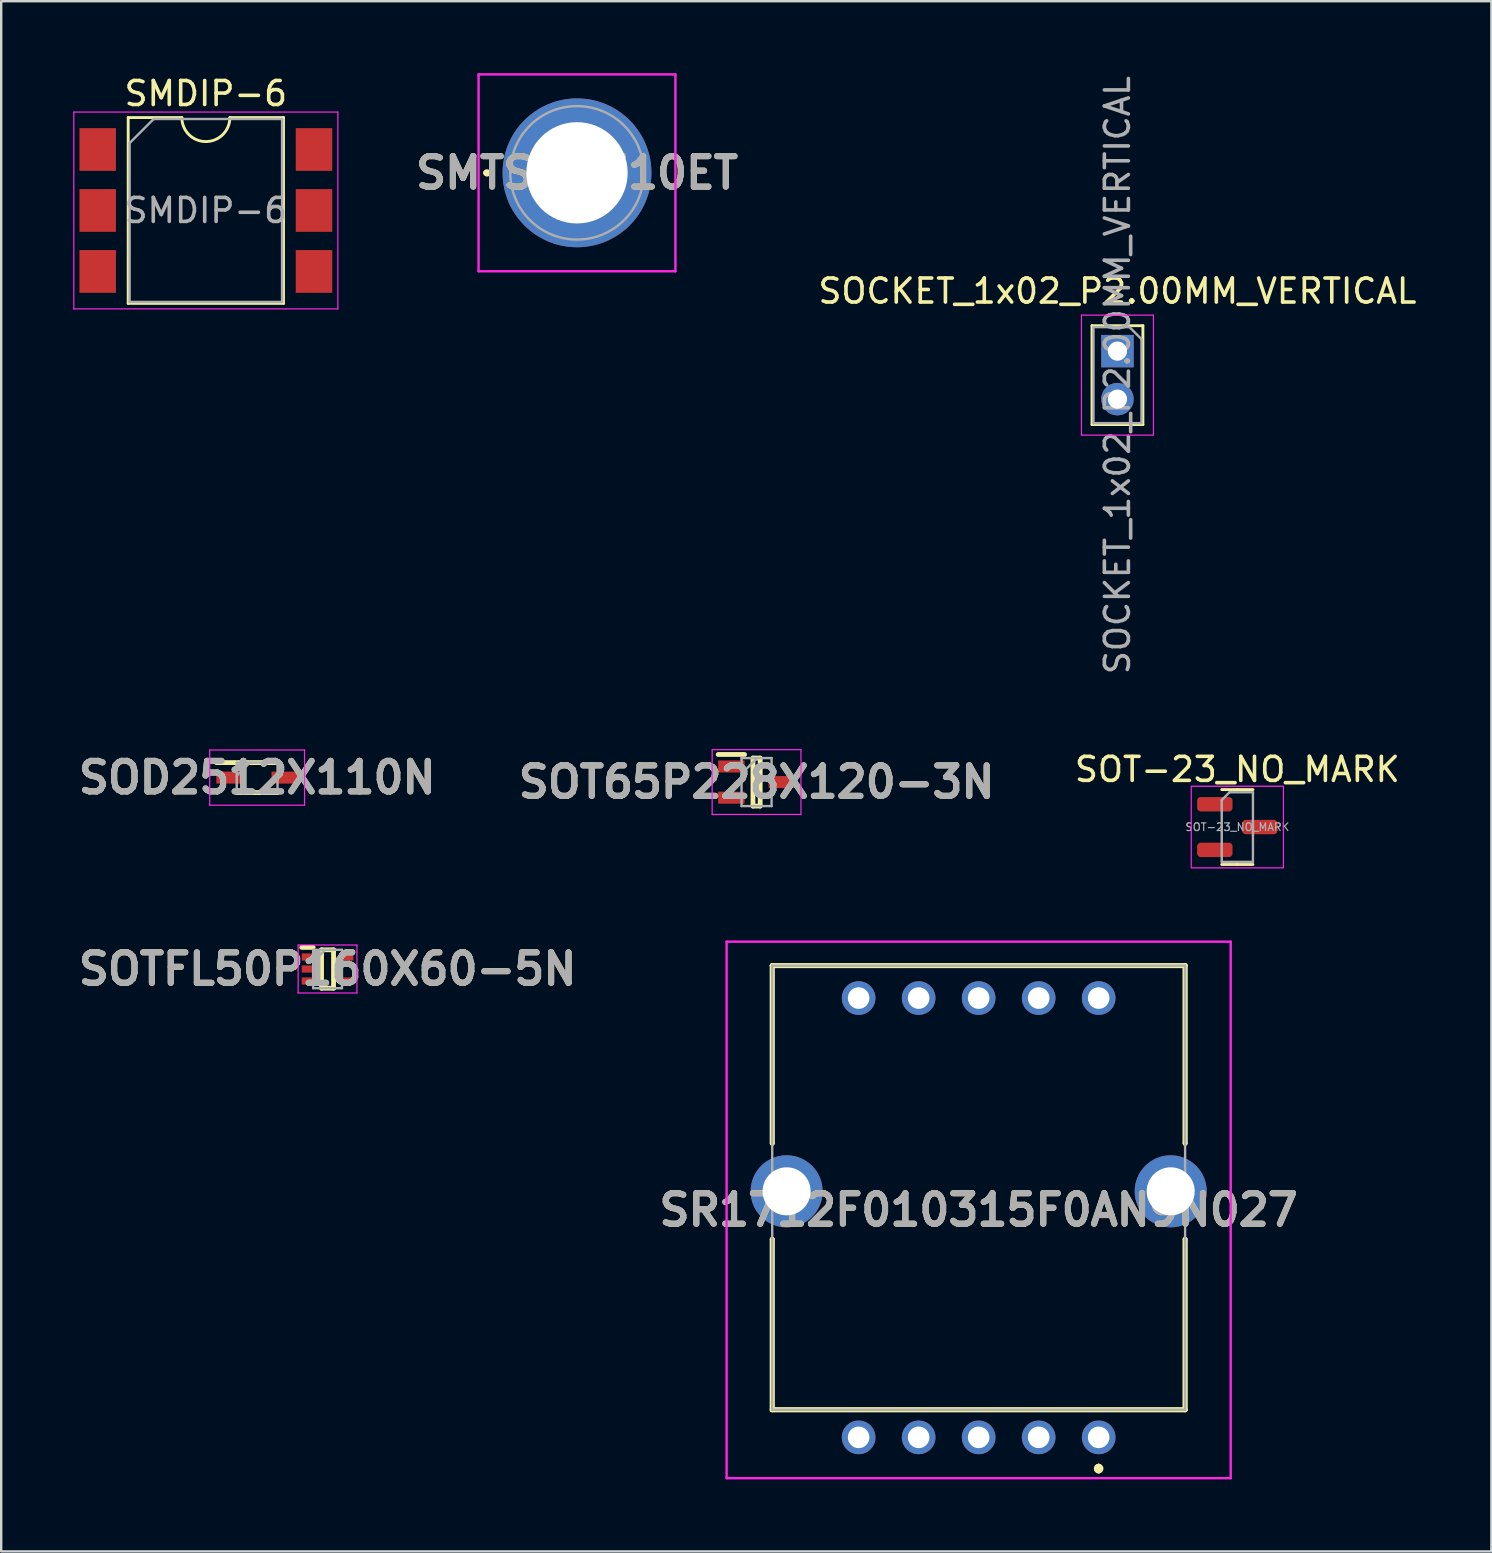
<source format=kicad_pcb>
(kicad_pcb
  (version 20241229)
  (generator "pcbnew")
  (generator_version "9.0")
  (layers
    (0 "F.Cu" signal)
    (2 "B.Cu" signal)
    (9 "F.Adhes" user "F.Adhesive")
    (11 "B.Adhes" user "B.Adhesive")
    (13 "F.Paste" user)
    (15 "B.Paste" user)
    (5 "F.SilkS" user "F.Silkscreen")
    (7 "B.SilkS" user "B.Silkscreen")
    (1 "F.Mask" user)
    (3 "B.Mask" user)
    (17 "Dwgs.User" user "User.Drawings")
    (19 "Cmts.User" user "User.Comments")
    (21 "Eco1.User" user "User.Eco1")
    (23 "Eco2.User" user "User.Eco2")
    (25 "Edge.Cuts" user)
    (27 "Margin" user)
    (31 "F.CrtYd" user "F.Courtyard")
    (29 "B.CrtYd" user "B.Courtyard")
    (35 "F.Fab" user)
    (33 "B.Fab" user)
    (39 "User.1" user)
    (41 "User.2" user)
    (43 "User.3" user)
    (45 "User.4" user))
  (footprint "SMTSOM310ET"
    (layer "F.Cu")
    (at 20.987 4.15)
    (property "Reference" "SMTSOM310ET" (at 0 0 0) (layer "F.SilkS") (effects (font (size 1.27 1.27) (thickness 0.254))))
    (attr through_hole)
    (fp_line (start -3.8 0) (end -3.8 0) (stroke (width 0.2) (type solid)) (layer "F.SilkS"))
    (fp_line (start -3.8 0) (end -3.8 0) (stroke (width 0.2) (type solid)) (layer "F.SilkS"))
    (fp_line (start -3.7 0) (end -3.7 0) (stroke (width 0.2) (type solid)) (layer "F.SilkS"))
    (fp_arc (start -3.8 0) (mid -3.75 -0.05) (end -3.7 0) (stroke (width 0.2) (type solid)) (layer "F.SilkS"))
    (fp_arc (start -3.7 0) (mid -3.75 0.05) (end -3.8 0) (stroke (width 0.2) (type solid)) (layer "F.SilkS"))
    (fp_arc (start -3.7 0) (mid -3.75 0.05) (end -3.8 0) (stroke (width 0.2) (type solid)) (layer "F.SilkS"))
    (fp_line (start -4.1 -4.1) (end 4.1 -4.1) (stroke (width 0.1) (type solid)) (layer "F.CrtYd"))
    (fp_line (start -4.1 4.1) (end -4.1 -4.1) (stroke (width 0.1) (type solid)) (layer "F.CrtYd"))
    (fp_line (start 4.1 -4.1) (end 4.1 4.1) (stroke (width 0.1) (type solid)) (layer "F.CrtYd"))
    (fp_line (start 4.1 4.1) (end -4.1 4.1) (stroke (width 0.1) (type solid)) (layer "F.CrtYd"))
    (fp_line (start -2.78 0) (end -2.78 0) (stroke (width 0.1) (type solid)) (layer "F.Fab"))
    (fp_line (start 2.78 0) (end 2.78 0) (stroke (width 0.1) (type solid)) (layer "F.Fab"))
    (fp_arc (start -2.78 0) (mid 0 -2.78) (end 2.78 0) (stroke (width 0.1) (type solid)) (layer "F.Fab"))
    (fp_arc (start 2.78 0) (mid 0 2.78) (end -2.78 0) (stroke (width 0.1) (type solid)) (layer "F.Fab"))
    (fp_text user "${REFERENCE}" (at 0 0 0) (layer "F.Fab") (effects (font (size 1.27 1.27) (thickness 0.254))))
    (pad "1" thru_hole circle (at 0 0) (size 6.2 6.2) (drill 4.22) (layers "*.Cu" "*.Mask")))
  (footprint "SMDIP-6"
    (layer "F.Cu")
    (at 5.525 5.718)
    (property "Reference" "SMDIP-6" (at 0 -4.87 0) (layer "F.SilkS") (effects (font (size 1 1) (thickness 0.15))))
    (attr smd)
    (fp_line (start -3.235 -3.87) (end -3.235 3.87) (stroke (width 0.12) (type solid)) (layer "F.SilkS"))
    (fp_line (start -3.235 3.87) (end 3.235 3.87) (stroke (width 0.12) (type solid)) (layer "F.SilkS"))
    (fp_line (start -1 -3.87) (end -3.235 -3.87) (stroke (width 0.12) (type solid)) (layer "F.SilkS"))
    (fp_line (start 3.235 -3.87) (end 1 -3.87) (stroke (width 0.12) (type solid)) (layer "F.SilkS"))
    (fp_line (start 3.235 3.87) (end 3.235 -3.87) (stroke (width 0.12) (type solid)) (layer "F.SilkS"))
    (fp_arc (start 1 -3.87) (mid 0 -2.87) (end -1 -3.87) (stroke (width 0.12) (type solid)) (layer "F.SilkS"))
    (fp_line (start -5.5 -4.1) (end -5.5 4.1) (stroke (width 0.05) (type solid)) (layer "F.CrtYd"))
    (fp_line (start -5.5 4.1) (end 5.5 4.1) (stroke (width 0.05) (type solid)) (layer "F.CrtYd"))
    (fp_line (start 5.5 -4.1) (end -5.5 -4.1) (stroke (width 0.05) (type solid)) (layer "F.CrtYd"))
    (fp_line (start 5.5 4.1) (end 5.5 -4.1) (stroke (width 0.05) (type solid)) (layer "F.CrtYd"))
    (fp_line (start -3.175 -2.81) (end -2.175 -3.81) (stroke (width 0.1) (type solid)) (layer "F.Fab"))
    (fp_line (start -3.175 3.81) (end -3.175 -2.81) (stroke (width 0.1) (type solid)) (layer "F.Fab"))
    (fp_line (start -2.175 -3.81) (end 3.175 -3.81) (stroke (width 0.1) (type solid)) (layer "F.Fab"))
    (fp_line (start 3.175 -3.81) (end 3.175 3.81) (stroke (width 0.1) (type solid)) (layer "F.Fab"))
    (fp_line (start 3.175 3.81) (end -3.175 3.81) (stroke (width 0.1) (type solid)) (layer "F.Fab"))
    (fp_text user "${REFERENCE}" (at 0 0 0) (layer "F.Fab") (effects (font (size 1 1) (thickness 0.15))))
    (pad "1" smd rect (at -4.505 -2.54) (size 1.52 1.78) (layers "F.Cu" "F.Mask" "F.Paste"))
    (pad "2" smd rect (at -4.505 0) (size 1.52 1.78) (layers "F.Cu" "F.Mask" "F.Paste"))
    (pad "3" smd rect (at -4.505 2.54) (size 1.52 1.78) (layers "F.Cu" "F.Mask" "F.Paste"))
    (pad "4" smd rect (at 4.505 2.54) (size 1.52 1.78) (layers "F.Cu" "F.Mask" "F.Paste"))
    (pad "5" smd rect (at 4.505 0) (size 1.52 1.78) (layers "F.Cu" "F.Mask" "F.Paste"))
    (pad "6" smd rect (at 4.505 -2.54) (size 1.52 1.78) (layers "F.Cu" "F.Mask" "F.Paste")))
  (footprint "SR1712F010315F0AN9N027"
    (layer "F.Cu")
    (at 42.719 56.828)
    (property "Reference" "SR1712F010315F0AN9N027" (at -5 -9.475 0) (layer "F.SilkS") (effects (font (size 1.27 1.27) (thickness 0.254))))
    (attr through_hole)
    (fp_line (start -13.6 -19.65) (end -13.6 -19.65) (stroke (width 0.2) (type solid)) (layer "F.SilkS"))
    (fp_line (start -13.6 -19.65) (end -13.6 -19.65) (stroke (width 0.2) (type solid)) (layer "F.SilkS"))
    (fp_line (start -13.6 -19.65) (end -13.6 -12.25) (stroke (width 0.2) (type solid)) (layer "F.SilkS"))
    (fp_line (start -13.6 -19.65) (end 3.6 -19.65) (stroke (width 0.2) (type solid)) (layer "F.SilkS"))
    (fp_line (start -13.6 -12.25) (end -13.6 -19.65) (stroke (width 0.2) (type solid)) (layer "F.SilkS"))
    (fp_line (start -13.6 -12.25) (end -13.6 -12.25) (stroke (width 0.2) (type solid)) (layer "F.SilkS"))
    (fp_line (start -13.6 -8.25) (end -13.6 -8.25) (stroke (width 0.2) (type solid)) (layer "F.SilkS"))
    (fp_line (start -13.6 -8.25) (end -13.6 -1.15) (stroke (width 0.2) (type solid)) (layer "F.SilkS"))
    (fp_line (start -13.6 -1.15) (end -13.6 -8.25) (stroke (width 0.2) (type solid)) (layer "F.SilkS"))
    (fp_line (start -13.6 -1.15) (end -13.6 -1.15) (stroke (width 0.2) (type solid)) (layer "F.SilkS"))
    (fp_line (start -13.6 -1.15) (end -13.6 -1.15) (stroke (width 0.2) (type solid)) (layer "F.SilkS"))
    (fp_line (start -13.6 -1.15) (end 3.6 -1.15) (stroke (width 0.2) (type solid)) (layer "F.SilkS"))
    (fp_line (start 0 1.2) (end 0 1.2) (stroke (width 0.2) (type solid)) (layer "F.SilkS"))
    (fp_line (start 0 1.2) (end 0 1.2) (stroke (width 0.2) (type solid)) (layer "F.SilkS"))
    (fp_line (start 0 1.4) (end 0 1.4) (stroke (width 0.2) (type solid)) (layer "F.SilkS"))
    (fp_line (start 3.6 -19.65) (end -13.6 -19.65) (stroke (width 0.2) (type solid)) (layer "F.SilkS"))
    (fp_line (start 3.6 -19.65) (end 3.6 -19.65) (stroke (width 0.2) (type solid)) (layer "F.SilkS"))
    (fp_line (start 3.6 -19.65) (end 3.6 -19.65) (stroke (width 0.2) (type solid)) (layer "F.SilkS"))
    (fp_line (start 3.6 -19.65) (end 3.6 -12.25) (stroke (width 0.2) (type solid)) (layer "F.SilkS"))
    (fp_line (start 3.6 -12.25) (end 3.6 -19.65) (stroke (width 0.2) (type solid)) (layer "F.SilkS"))
    (fp_line (start 3.6 -12.25) (end 3.6 -12.25) (stroke (width 0.2) (type solid)) (layer "F.SilkS"))
    (fp_line (start 3.6 -8.25) (end 3.6 -8.25) (stroke (width 0.2) (type solid)) (layer "F.SilkS"))
    (fp_line (start 3.6 -8.25) (end 3.6 -1.15) (stroke (width 0.2) (type solid)) (layer "F.SilkS"))
    (fp_line (start 3.6 -1.15) (end -13.6 -1.15) (stroke (width 0.2) (type solid)) (layer "F.SilkS"))
    (fp_line (start 3.6 -1.15) (end 3.6 -8.25) (stroke (width 0.2) (type solid)) (layer "F.SilkS"))
    (fp_line (start 3.6 -1.15) (end 3.6 -1.15) (stroke (width 0.2) (type solid)) (layer "F.SilkS"))
    (fp_line (start 3.6 -1.15) (end 3.6 -1.15) (stroke (width 0.2) (type solid)) (layer "F.SilkS"))
    (fp_arc (start 0 1.2) (mid 0.1 1.3) (end 0 1.4) (stroke (width 0.2) (type solid)) (layer "F.SilkS"))
    (fp_arc (start 0 1.4) (mid -0.1 1.3) (end 0 1.2) (stroke (width 0.2) (type solid)) (layer "F.SilkS"))
    (fp_arc (start 0 1.4) (mid -0.1 1.3) (end 0 1.2) (stroke (width 0.2) (type solid)) (layer "F.SilkS"))
    (fp_line (start -15.5 -20.65) (end 5.5 -20.65) (stroke (width 0.1) (type solid)) (layer "F.CrtYd"))
    (fp_line (start -15.5 1.7) (end -15.5 -20.65) (stroke (width 0.1) (type solid)) (layer "F.CrtYd"))
    (fp_line (start 5.5 -20.65) (end 5.5 1.7) (stroke (width 0.1) (type solid)) (layer "F.CrtYd"))
    (fp_line (start 5.5 1.7) (end -15.5 1.7) (stroke (width 0.1) (type solid)) (layer "F.CrtYd"))
    (fp_line (start -13.6 -19.65) (end -13.6 -1.15) (stroke (width 0.1) (type solid)) (layer "F.Fab"))
    (fp_line (start -13.6 -1.15) (end 3.6 -1.15) (stroke (width 0.1) (type solid)) (layer "F.Fab"))
    (fp_line (start 3.6 -19.65) (end -13.6 -19.65) (stroke (width 0.1) (type solid)) (layer "F.Fab"))
    (fp_line (start 3.6 -1.15) (end 3.6 -19.65) (stroke (width 0.1) (type solid)) (layer "F.Fab"))
    (fp_text user "${REFERENCE}" (at -5 -9.475 0) (layer "F.Fab") (effects (font (size 1.27 1.27) (thickness 0.254))))
    (pad "1" thru_hole circle (at 0 0) (size 1.4 1.4) (drill 0.9) (layers "*.Cu" "*.Mask"))
    (pad "2" thru_hole circle (at -2.5 0) (size 1.4 1.4) (drill 0.9) (layers "*.Cu" "*.Mask"))
    (pad "3" thru_hole circle (at -5 0) (size 1.4 1.4) (drill 0.9) (layers "*.Cu" "*.Mask"))
    (pad "4" thru_hole circle (at -7.5 0) (size 1.4 1.4) (drill 0.9) (layers "*.Cu" "*.Mask"))
    (pad "5" thru_hole circle (at -10 0) (size 1.4 1.4) (drill 0.9) (layers "*.Cu" "*.Mask"))
    (pad "6" thru_hole circle (at -10 -18.3) (size 1.4 1.4) (drill 0.9) (layers "*.Cu" "*.Mask"))
    (pad "7" thru_hole circle (at -7.5 -18.3) (size 1.4 1.4) (drill 0.9) (layers "*.Cu" "*.Mask"))
    (pad "8" thru_hole circle (at -5 -18.3) (size 1.4 1.4) (drill 0.9) (layers "*.Cu" "*.Mask"))
    (pad "9" thru_hole circle (at -2.5 -18.3) (size 1.4 1.4) (drill 0.9) (layers "*.Cu" "*.Mask"))
    (pad "10" thru_hole circle (at 0 -18.3) (size 1.4 1.4) (drill 0.9) (layers "*.Cu" "*.Mask"))
    (pad "MH1" thru_hole circle (at 3 -10.25) (size 3 3) (drill 2) (layers "*.Cu" "*.Mask"))
    (pad "MH2" thru_hole circle (at -13 -10.25) (size 3 3) (drill 2) (layers "*.Cu" "*.Mask")))
  (footprint "SOCKET_1x02_P2.00MM_VERTICAL"
    (layer "F.Cu")
    (at 43.501 11.577)
    (property "Reference" "SOCKET_1x02_P2.00MM_VERTICAL" (at 0 -2.5 0) (layer "F.SilkS") (effects (font (size 1 1) (thickness 0.15))))
    (attr through_hole)
    (fp_line (start -1.06 -1.06) (end -1.06 3.06) (stroke (width 0.12) (type solid)) (layer "F.SilkS"))
    (fp_line (start -1.06 -1.06) (end 1.06 -1.06) (stroke (width 0.12) (type solid)) (layer "F.SilkS"))
    (fp_line (start -1.06 3.06) (end 1.06 3.06) (stroke (width 0.12) (type solid)) (layer "F.SilkS"))
    (fp_line (start 1.06 -1.06) (end 1.06 3.06) (stroke (width 0.12) (type solid)) (layer "F.SilkS"))
    (fp_line (start -1.5 -1.5) (end 1.5 -1.5) (stroke (width 0.05) (type solid)) (layer "F.CrtYd"))
    (fp_line (start -1.5 3.5) (end -1.5 -1.5) (stroke (width 0.05) (type solid)) (layer "F.CrtYd"))
    (fp_line (start 1.5 -1.5) (end 1.5 3.5) (stroke (width 0.05) (type solid)) (layer "F.CrtYd"))
    (fp_line (start 1.5 3.5) (end -1.5 3.5) (stroke (width 0.05) (type solid)) (layer "F.CrtYd"))
    (fp_line (start -1 -1) (end 0.5 -1) (stroke (width 0.1) (type solid)) (layer "F.Fab"))
    (fp_line (start -1 3) (end -1 -1) (stroke (width 0.1) (type solid)) (layer "F.Fab"))
    (fp_line (start 0.5 -1) (end 1 -0.5) (stroke (width 0.1) (type solid)) (layer "F.Fab"))
    (fp_line (start 1 -0.5) (end 1 3) (stroke (width 0.1) (type solid)) (layer "F.Fab"))
    (fp_line (start 1 3) (end -1 3) (stroke (width 0.1) (type solid)) (layer "F.Fab"))
    (fp_text user "${REFERENCE}" (at 0 1 90) (layer "F.Fab") (effects (font (size 1 1) (thickness 0.15))))
    (pad "1" thru_hole rect (at 0 0) (size 1.35 1.35) (drill 0.8) (layers "*.Cu" "*.Mask"))
    (pad "2" thru_hole oval (at 0 2) (size 1.35 1.35) (drill 0.8) (layers "*.Cu" "*.Mask")))
  (footprint "SOT-23_NO_MARK"
    (layer "F.Cu")
    (at 48.495 31.403)
    (property "Reference" "SOT-23_NO_MARK" (at 0 -2.4 0) (layer "F.SilkS") (effects (font (size 1 1) (thickness 0.15))))
    (attr smd)
    (fp_line (start 0 -1.56) (end -0.65 -1.56) (stroke (width 0.12) (type solid)) (layer "F.SilkS"))
    (fp_line (start 0 -1.56) (end 0.65 -1.56) (stroke (width 0.12) (type solid)) (layer "F.SilkS"))
    (fp_line (start 0 1.56) (end -0.65 1.56) (stroke (width 0.12) (type solid)) (layer "F.SilkS"))
    (fp_line (start 0 1.56) (end 0.65 1.56) (stroke (width 0.12) (type solid)) (layer "F.SilkS"))
    (fp_rect (start -1.92 -1.7) (end 1.92 1.7) (stroke (width 0.05) (type solid)) (fill no) (layer "F.CrtYd"))
    (fp_line (start -0.65 -1.125) (end -0.325 -1.45) (stroke (width 0.1) (type solid)) (layer "F.Fab"))
    (fp_line (start -0.65 1.45) (end -0.65 -1.125) (stroke (width 0.1) (type solid)) (layer "F.Fab"))
    (fp_line (start -0.325 -1.45) (end 0.65 -1.45) (stroke (width 0.1) (type solid)) (layer "F.Fab"))
    (fp_line (start 0.65 -1.45) (end 0.65 1.45) (stroke (width 0.1) (type solid)) (layer "F.Fab"))
    (fp_line (start 0.65 1.45) (end -0.65 1.45) (stroke (width 0.1) (type solid)) (layer "F.Fab"))
    (fp_text user "${REFERENCE}" (at 0 0 0) (layer "F.Fab") (effects (font (size 0.32 0.32) (thickness 0.05))))
    (pad "1" smd roundrect (at -0.938 -0.95) (size 1.475 0.6) (layers "F.Cu" "F.Mask" "F.Paste") (roundrect_rratio 0.25))
    (pad "2" smd roundrect (at -0.938 0.95) (size 1.475 0.6) (layers "F.Cu" "F.Mask" "F.Paste") (roundrect_rratio 0.25))
    (pad "3" smd roundrect (at 0.938 0) (size 1.475 0.6) (layers "F.Cu" "F.Mask" "F.Paste") (roundrect_rratio 0.25)))
  (footprint "SOD2512X110N"
    (layer "F.Cu")
    (at 7.662 29.343)
    (property "Reference" "SOD2512X110N" (at 0 0 0) (layer "F.SilkS") (effects (font (size 1.27 1.27) (thickness 0.254))))
    (attr smd)
    (fp_line (start -1.7 -0.625) (end 0.85 -0.625) (stroke (width 0.2) (type solid)) (layer "F.SilkS"))
    (fp_line (start -0.85 0.625) (end 0.85 0.625) (stroke (width 0.2) (type solid)) (layer "F.SilkS"))
    (fp_line (start -1.975 -1.15) (end 1.975 -1.15) (stroke (width 0.05) (type solid)) (layer "F.CrtYd"))
    (fp_line (start -1.975 1.15) (end -1.975 -1.15) (stroke (width 0.05) (type solid)) (layer "F.CrtYd"))
    (fp_line (start 1.975 -1.15) (end 1.975 1.15) (stroke (width 0.05) (type solid)) (layer "F.CrtYd"))
    (fp_line (start 1.975 1.15) (end -1.975 1.15) (stroke (width 0.05) (type solid)) (layer "F.CrtYd"))
    (fp_line (start -0.85 -0.625) (end 0.85 -0.625) (stroke (width 0.1) (type solid)) (layer "F.Fab"))
    (fp_line (start -0.85 -0.075) (end -0.3 -0.625) (stroke (width 0.1) (type solid)) (layer "F.Fab"))
    (fp_line (start -0.85 0.625) (end -0.85 -0.625) (stroke (width 0.1) (type solid)) (layer "F.Fab"))
    (fp_line (start 0.85 -0.625) (end 0.85 0.625) (stroke (width 0.1) (type solid)) (layer "F.Fab"))
    (fp_line (start 0.85 0.625) (end -0.85 0.625) (stroke (width 0.1) (type solid)) (layer "F.Fab"))
    (fp_text user "${REFERENCE}" (at 0 0 0) (layer "F.Fab") (effects (font (size 1.27 1.27) (thickness 0.254))))
    (pad "1" smd rect (at -1.15 0 90) (size 0.5 1.1) (layers "F.Cu" "F.Mask" "F.Paste"))
    (pad "2" smd rect (at 1.15 0 90) (size 0.5 1.1) (layers "F.Cu" "F.Mask" "F.Paste")))
  (footprint "SOT65P228X120-3N"
    (layer "F.Cu")
    (at 28.467 29.53)
    (property "Reference" "SOT65P228X120-3N" (at 0 0 0) (layer "F.SilkS") (effects (font (size 1.27 1.27) (thickness 0.254))))
    (attr smd)
    (fp_line (start -1.6 -1.15) (end -0.5 -1.15) (stroke (width 0.2) (type solid)) (layer "F.SilkS"))
    (fp_line (start -0.15 -1) (end 0.15 -1) (stroke (width 0.2) (type solid)) (layer "F.SilkS"))
    (fp_line (start -0.15 1) (end -0.15 -1) (stroke (width 0.2) (type solid)) (layer "F.SilkS"))
    (fp_line (start 0.15 -1) (end 0.15 1) (stroke (width 0.2) (type solid)) (layer "F.SilkS"))
    (fp_line (start 0.15 1) (end -0.15 1) (stroke (width 0.2) (type solid)) (layer "F.SilkS"))
    (fp_line (start -1.85 -1.35) (end 1.85 -1.35) (stroke (width 0.05) (type solid)) (layer "F.CrtYd"))
    (fp_line (start -1.85 1.35) (end -1.85 -1.35) (stroke (width 0.05) (type solid)) (layer "F.CrtYd"))
    (fp_line (start 1.85 -1.35) (end 1.85 1.35) (stroke (width 0.05) (type solid)) (layer "F.CrtYd"))
    (fp_line (start 1.85 1.35) (end -1.85 1.35) (stroke (width 0.05) (type solid)) (layer "F.CrtYd"))
    (fp_line (start -0.625 -1) (end 0.625 -1) (stroke (width 0.1) (type solid)) (layer "F.Fab"))
    (fp_line (start -0.625 -0.35) (end 0.025 -1) (stroke (width 0.1) (type solid)) (layer "F.Fab"))
    (fp_line (start -0.625 1) (end -0.625 -1) (stroke (width 0.1) (type solid)) (layer "F.Fab"))
    (fp_line (start 0.625 -1) (end 0.625 1) (stroke (width 0.1) (type solid)) (layer "F.Fab"))
    (fp_line (start 0.625 1) (end -0.625 1) (stroke (width 0.1) (type solid)) (layer "F.Fab"))
    (fp_text user "${REFERENCE}" (at 0 0 0) (layer "F.Fab") (effects (font (size 1.27 1.27) (thickness 0.254))))
    (pad "1" smd rect (at -1.05 -0.65 90) (size 0.5 1.1) (layers "F.Cu" "F.Mask" "F.Paste"))
    (pad "2" smd rect (at -1.05 0.65 90) (size 0.5 1.1) (layers "F.Cu" "F.Mask" "F.Paste"))
    (pad "3" smd rect (at 1.05 0 90) (size 0.5 1.1) (layers "F.Cu" "F.Mask" "F.Paste")))
  (footprint "SOTFL50P160X60-5N"
    (layer "F.Cu")
    (at 10.595 37.317)
    (property "Reference" "SOTFL50P160X60-5N" (at 0 0 0) (layer "F.SilkS") (effects (font (size 1.27 1.27) (thickness 0.254))))
    (attr smd)
    (fp_line (start -1.075 -0.9) (end -0.6 -0.9) (stroke (width 0.2) (type solid)) (layer "F.SilkS"))
    (fp_line (start -0.25 -0.8) (end 0.25 -0.8) (stroke (width 0.2) (type solid)) (layer "F.SilkS"))
    (fp_line (start -0.25 0.8) (end -0.25 -0.8) (stroke (width 0.2) (type solid)) (layer "F.SilkS"))
    (fp_line (start 0.25 -0.8) (end 0.25 0.8) (stroke (width 0.2) (type solid)) (layer "F.SilkS"))
    (fp_line (start 0.25 0.8) (end -0.25 0.8) (stroke (width 0.2) (type solid)) (layer "F.SilkS"))
    (fp_line (start -1.225 -1) (end 1.225 -1) (stroke (width 0.05) (type solid)) (layer "F.CrtYd"))
    (fp_line (start -1.225 1) (end -1.225 -1) (stroke (width 0.05) (type solid)) (layer "F.CrtYd"))
    (fp_line (start 1.225 -1) (end 1.225 1) (stroke (width 0.05) (type solid)) (layer "F.CrtYd"))
    (fp_line (start 1.225 1) (end -1.225 1) (stroke (width 0.05) (type solid)) (layer "F.CrtYd"))
    (fp_line (start -0.6 -0.8) (end 0.6 -0.8) (stroke (width 0.1) (type solid)) (layer "F.Fab"))
    (fp_line (start -0.6 -0.3) (end -0.1 -0.8) (stroke (width 0.1) (type solid)) (layer "F.Fab"))
    (fp_line (start -0.6 0.8) (end -0.6 -0.8) (stroke (width 0.1) (type solid)) (layer "F.Fab"))
    (fp_line (start 0.6 -0.8) (end 0.6 0.8) (stroke (width 0.1) (type solid)) (layer "F.Fab"))
    (fp_line (start 0.6 0.8) (end -0.6 0.8) (stroke (width 0.1) (type solid)) (layer "F.Fab"))
    (fp_text user "${REFERENCE}" (at 0 0 0) (layer "F.Fab") (effects (font (size 1.27 1.27) (thickness 0.254))))
    (pad "1" smd rect (at -0.838 -0.5 90) (size 0.3 0.475) (layers "F.Cu" "F.Mask" "F.Paste"))
    (pad "2" smd rect (at -0.838 0 90) (size 0.3 0.475) (layers "F.Cu" "F.Mask" "F.Paste"))
    (pad "3" smd rect (at -0.838 0.5 90) (size 0.3 0.475) (layers "F.Cu" "F.Mask" "F.Paste"))
    (pad "4" smd rect (at 0.838 0.5 90) (size 0.3 0.475) (layers "F.Cu" "F.Mask" "F.Paste"))
    (pad "5" smd rect (at 0.838 -0.5 90) (size 0.3 0.475) (layers "F.Cu" "F.Mask" "F.Paste")))
  (gr_rect
    (start -3 -3)
    (end 59.078 61.578)
    (stroke (width 0.1) (type default))
    (fill no)
    (layer "Edge.Cuts")))
</source>
